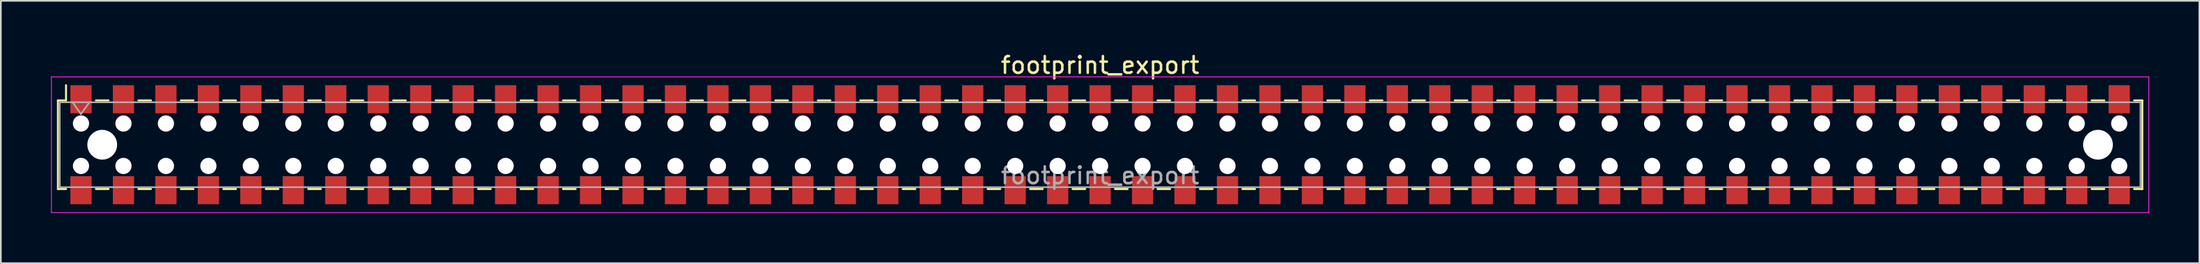
<source format=kicad_pcb>
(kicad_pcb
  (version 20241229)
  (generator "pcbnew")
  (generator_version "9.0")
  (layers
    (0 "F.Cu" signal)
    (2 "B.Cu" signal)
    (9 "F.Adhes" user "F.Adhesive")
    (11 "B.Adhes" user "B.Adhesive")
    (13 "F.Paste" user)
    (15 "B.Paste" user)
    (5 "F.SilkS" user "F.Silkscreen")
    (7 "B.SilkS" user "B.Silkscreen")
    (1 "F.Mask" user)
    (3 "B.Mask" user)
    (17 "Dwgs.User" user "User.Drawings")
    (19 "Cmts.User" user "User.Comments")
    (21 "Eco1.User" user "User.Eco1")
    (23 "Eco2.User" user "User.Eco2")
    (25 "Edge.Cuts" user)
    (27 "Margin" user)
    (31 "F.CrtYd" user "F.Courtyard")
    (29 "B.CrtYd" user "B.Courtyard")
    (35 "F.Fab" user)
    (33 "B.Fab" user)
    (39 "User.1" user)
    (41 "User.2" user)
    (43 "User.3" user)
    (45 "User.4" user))
  (footprint "footprint_export"
    (layer "F.Cu")
    (at 62.755 5.608)
    (property "Reference" "footprint_export" (at 0 -4.76 0) (layer "F.SilkS") (effects (font (size 1 1) (thickness 0.15))))
    (attr smd)
    (fp_line (start -62.34 -2.65) (end -62.34 2.65) (stroke (width 0.12) (type solid)) (layer "F.SilkS"))
    (fp_line (start -62.34 2.65) (end -61.855 2.65) (stroke (width 0.12) (type solid)) (layer "F.SilkS"))
    (fp_line (start -61.855 -3.56) (end -61.855 -2.65) (stroke (width 0.12) (type solid)) (layer "F.SilkS"))
    (fp_line (start -61.855 -2.65) (end -62.34 -2.65) (stroke (width 0.12) (type solid)) (layer "F.SilkS"))
    (fp_line (start -60.065 -2.65) (end -59.315 -2.65) (stroke (width 0.12) (type solid)) (layer "F.SilkS"))
    (fp_line (start -60.065 2.65) (end -59.315 2.65) (stroke (width 0.12) (type solid)) (layer "F.SilkS"))
    (fp_line (start -57.525 -2.65) (end -56.775 -2.65) (stroke (width 0.12) (type solid)) (layer "F.SilkS"))
    (fp_line (start -57.525 2.65) (end -56.775 2.65) (stroke (width 0.12) (type solid)) (layer "F.SilkS"))
    (fp_line (start -54.985 -2.65) (end -54.235 -2.65) (stroke (width 0.12) (type solid)) (layer "F.SilkS"))
    (fp_line (start -54.985 2.65) (end -54.235 2.65) (stroke (width 0.12) (type solid)) (layer "F.SilkS"))
    (fp_line (start -52.445 -2.65) (end -51.695 -2.65) (stroke (width 0.12) (type solid)) (layer "F.SilkS"))
    (fp_line (start -52.445 2.65) (end -51.695 2.65) (stroke (width 0.12) (type solid)) (layer "F.SilkS"))
    (fp_line (start -49.905 -2.65) (end -49.155 -2.65) (stroke (width 0.12) (type solid)) (layer "F.SilkS"))
    (fp_line (start -49.905 2.65) (end -49.155 2.65) (stroke (width 0.12) (type solid)) (layer "F.SilkS"))
    (fp_line (start -47.365 -2.65) (end -46.615 -2.65) (stroke (width 0.12) (type solid)) (layer "F.SilkS"))
    (fp_line (start -47.365 2.65) (end -46.615 2.65) (stroke (width 0.12) (type solid)) (layer "F.SilkS"))
    (fp_line (start -44.825 -2.65) (end -44.075 -2.65) (stroke (width 0.12) (type solid)) (layer "F.SilkS"))
    (fp_line (start -44.825 2.65) (end -44.075 2.65) (stroke (width 0.12) (type solid)) (layer "F.SilkS"))
    (fp_line (start -42.285 -2.65) (end -41.535 -2.65) (stroke (width 0.12) (type solid)) (layer "F.SilkS"))
    (fp_line (start -42.285 2.65) (end -41.535 2.65) (stroke (width 0.12) (type solid)) (layer "F.SilkS"))
    (fp_line (start -39.745 -2.65) (end -38.995 -2.65) (stroke (width 0.12) (type solid)) (layer "F.SilkS"))
    (fp_line (start -39.745 2.65) (end -38.995 2.65) (stroke (width 0.12) (type solid)) (layer "F.SilkS"))
    (fp_line (start -37.205 -2.65) (end -36.455 -2.65) (stroke (width 0.12) (type solid)) (layer "F.SilkS"))
    (fp_line (start -37.205 2.65) (end -36.455 2.65) (stroke (width 0.12) (type solid)) (layer "F.SilkS"))
    (fp_line (start -34.665 -2.65) (end -33.915 -2.65) (stroke (width 0.12) (type solid)) (layer "F.SilkS"))
    (fp_line (start -34.665 2.65) (end -33.915 2.65) (stroke (width 0.12) (type solid)) (layer "F.SilkS"))
    (fp_line (start -32.125 -2.65) (end -31.375 -2.65) (stroke (width 0.12) (type solid)) (layer "F.SilkS"))
    (fp_line (start -32.125 2.65) (end -31.375 2.65) (stroke (width 0.12) (type solid)) (layer "F.SilkS"))
    (fp_line (start -29.585 -2.65) (end -28.835 -2.65) (stroke (width 0.12) (type solid)) (layer "F.SilkS"))
    (fp_line (start -29.585 2.65) (end -28.835 2.65) (stroke (width 0.12) (type solid)) (layer "F.SilkS"))
    (fp_line (start -27.045 -2.65) (end -26.295 -2.65) (stroke (width 0.12) (type solid)) (layer "F.SilkS"))
    (fp_line (start -27.045 2.65) (end -26.295 2.65) (stroke (width 0.12) (type solid)) (layer "F.SilkS"))
    (fp_line (start -24.505 -2.65) (end -23.755 -2.65) (stroke (width 0.12) (type solid)) (layer "F.SilkS"))
    (fp_line (start -24.505 2.65) (end -23.755 2.65) (stroke (width 0.12) (type solid)) (layer "F.SilkS"))
    (fp_line (start -21.965 -2.65) (end -21.215 -2.65) (stroke (width 0.12) (type solid)) (layer "F.SilkS"))
    (fp_line (start -21.965 2.65) (end -21.215 2.65) (stroke (width 0.12) (type solid)) (layer "F.SilkS"))
    (fp_line (start -19.425 -2.65) (end -18.675 -2.65) (stroke (width 0.12) (type solid)) (layer "F.SilkS"))
    (fp_line (start -19.425 2.65) (end -18.675 2.65) (stroke (width 0.12) (type solid)) (layer "F.SilkS"))
    (fp_line (start -16.885 -2.65) (end -16.135 -2.65) (stroke (width 0.12) (type solid)) (layer "F.SilkS"))
    (fp_line (start -16.885 2.65) (end -16.135 2.65) (stroke (width 0.12) (type solid)) (layer "F.SilkS"))
    (fp_line (start -14.345 -2.65) (end -13.595 -2.65) (stroke (width 0.12) (type solid)) (layer "F.SilkS"))
    (fp_line (start -14.345 2.65) (end -13.595 2.65) (stroke (width 0.12) (type solid)) (layer "F.SilkS"))
    (fp_line (start -11.805 -2.65) (end -11.055 -2.65) (stroke (width 0.12) (type solid)) (layer "F.SilkS"))
    (fp_line (start -11.805 2.65) (end -11.055 2.65) (stroke (width 0.12) (type solid)) (layer "F.SilkS"))
    (fp_line (start -9.265 -2.65) (end -8.515 -2.65) (stroke (width 0.12) (type solid)) (layer "F.SilkS"))
    (fp_line (start -9.265 2.65) (end -8.515 2.65) (stroke (width 0.12) (type solid)) (layer "F.SilkS"))
    (fp_line (start -6.725 -2.65) (end -5.975 -2.65) (stroke (width 0.12) (type solid)) (layer "F.SilkS"))
    (fp_line (start -6.725 2.65) (end -5.975 2.65) (stroke (width 0.12) (type solid)) (layer "F.SilkS"))
    (fp_line (start -4.185 -2.65) (end -3.435 -2.65) (stroke (width 0.12) (type solid)) (layer "F.SilkS"))
    (fp_line (start -4.185 2.65) (end -3.435 2.65) (stroke (width 0.12) (type solid)) (layer "F.SilkS"))
    (fp_line (start -1.645 -2.65) (end -0.895 -2.65) (stroke (width 0.12) (type solid)) (layer "F.SilkS"))
    (fp_line (start -1.645 2.65) (end -0.895 2.65) (stroke (width 0.12) (type solid)) (layer "F.SilkS"))
    (fp_line (start 0.895 -2.65) (end 1.645 -2.65) (stroke (width 0.12) (type solid)) (layer "F.SilkS"))
    (fp_line (start 0.895 2.65) (end 1.645 2.65) (stroke (width 0.12) (type solid)) (layer "F.SilkS"))
    (fp_line (start 3.435 -2.65) (end 4.185 -2.65) (stroke (width 0.12) (type solid)) (layer "F.SilkS"))
    (fp_line (start 3.435 2.65) (end 4.185 2.65) (stroke (width 0.12) (type solid)) (layer "F.SilkS"))
    (fp_line (start 5.975 -2.65) (end 6.725 -2.65) (stroke (width 0.12) (type solid)) (layer "F.SilkS"))
    (fp_line (start 5.975 2.65) (end 6.725 2.65) (stroke (width 0.12) (type solid)) (layer "F.SilkS"))
    (fp_line (start 8.515 -2.65) (end 9.265 -2.65) (stroke (width 0.12) (type solid)) (layer "F.SilkS"))
    (fp_line (start 8.515 2.65) (end 9.265 2.65) (stroke (width 0.12) (type solid)) (layer "F.SilkS"))
    (fp_line (start 11.055 -2.65) (end 11.805 -2.65) (stroke (width 0.12) (type solid)) (layer "F.SilkS"))
    (fp_line (start 11.055 2.65) (end 11.805 2.65) (stroke (width 0.12) (type solid)) (layer "F.SilkS"))
    (fp_line (start 13.595 -2.65) (end 14.345 -2.65) (stroke (width 0.12) (type solid)) (layer "F.SilkS"))
    (fp_line (start 13.595 2.65) (end 14.345 2.65) (stroke (width 0.12) (type solid)) (layer "F.SilkS"))
    (fp_line (start 16.135 -2.65) (end 16.885 -2.65) (stroke (width 0.12) (type solid)) (layer "F.SilkS"))
    (fp_line (start 16.135 2.65) (end 16.885 2.65) (stroke (width 0.12) (type solid)) (layer "F.SilkS"))
    (fp_line (start 18.675 -2.65) (end 19.425 -2.65) (stroke (width 0.12) (type solid)) (layer "F.SilkS"))
    (fp_line (start 18.675 2.65) (end 19.425 2.65) (stroke (width 0.12) (type solid)) (layer "F.SilkS"))
    (fp_line (start 21.215 -2.65) (end 21.965 -2.65) (stroke (width 0.12) (type solid)) (layer "F.SilkS"))
    (fp_line (start 21.215 2.65) (end 21.965 2.65) (stroke (width 0.12) (type solid)) (layer "F.SilkS"))
    (fp_line (start 23.755 -2.65) (end 24.505 -2.65) (stroke (width 0.12) (type solid)) (layer "F.SilkS"))
    (fp_line (start 23.755 2.65) (end 24.505 2.65) (stroke (width 0.12) (type solid)) (layer "F.SilkS"))
    (fp_line (start 26.295 -2.65) (end 27.045 -2.65) (stroke (width 0.12) (type solid)) (layer "F.SilkS"))
    (fp_line (start 26.295 2.65) (end 27.045 2.65) (stroke (width 0.12) (type solid)) (layer "F.SilkS"))
    (fp_line (start 28.835 -2.65) (end 29.585 -2.65) (stroke (width 0.12) (type solid)) (layer "F.SilkS"))
    (fp_line (start 28.835 2.65) (end 29.585 2.65) (stroke (width 0.12) (type solid)) (layer "F.SilkS"))
    (fp_line (start 31.375 -2.65) (end 32.125 -2.65) (stroke (width 0.12) (type solid)) (layer "F.SilkS"))
    (fp_line (start 31.375 2.65) (end 32.125 2.65) (stroke (width 0.12) (type solid)) (layer "F.SilkS"))
    (fp_line (start 33.915 -2.65) (end 34.665 -2.65) (stroke (width 0.12) (type solid)) (layer "F.SilkS"))
    (fp_line (start 33.915 2.65) (end 34.665 2.65) (stroke (width 0.12) (type solid)) (layer "F.SilkS"))
    (fp_line (start 36.455 -2.65) (end 37.205 -2.65) (stroke (width 0.12) (type solid)) (layer "F.SilkS"))
    (fp_line (start 36.455 2.65) (end 37.205 2.65) (stroke (width 0.12) (type solid)) (layer "F.SilkS"))
    (fp_line (start 38.995 -2.65) (end 39.745 -2.65) (stroke (width 0.12) (type solid)) (layer "F.SilkS"))
    (fp_line (start 38.995 2.65) (end 39.745 2.65) (stroke (width 0.12) (type solid)) (layer "F.SilkS"))
    (fp_line (start 41.535 -2.65) (end 42.285 -2.65) (stroke (width 0.12) (type solid)) (layer "F.SilkS"))
    (fp_line (start 41.535 2.65) (end 42.285 2.65) (stroke (width 0.12) (type solid)) (layer "F.SilkS"))
    (fp_line (start 44.075 -2.65) (end 44.825 -2.65) (stroke (width 0.12) (type solid)) (layer "F.SilkS"))
    (fp_line (start 44.075 2.65) (end 44.825 2.65) (stroke (width 0.12) (type solid)) (layer "F.SilkS"))
    (fp_line (start 46.615 -2.65) (end 47.365 -2.65) (stroke (width 0.12) (type solid)) (layer "F.SilkS"))
    (fp_line (start 46.615 2.65) (end 47.365 2.65) (stroke (width 0.12) (type solid)) (layer "F.SilkS"))
    (fp_line (start 49.155 -2.65) (end 49.905 -2.65) (stroke (width 0.12) (type solid)) (layer "F.SilkS"))
    (fp_line (start 49.155 2.65) (end 49.905 2.65) (stroke (width 0.12) (type solid)) (layer "F.SilkS"))
    (fp_line (start 51.695 -2.65) (end 52.445 -2.65) (stroke (width 0.12) (type solid)) (layer "F.SilkS"))
    (fp_line (start 51.695 2.65) (end 52.445 2.65) (stroke (width 0.12) (type solid)) (layer "F.SilkS"))
    (fp_line (start 54.235 -2.65) (end 54.985 -2.65) (stroke (width 0.12) (type solid)) (layer "F.SilkS"))
    (fp_line (start 54.235 2.65) (end 54.985 2.65) (stroke (width 0.12) (type solid)) (layer "F.SilkS"))
    (fp_line (start 56.775 -2.65) (end 57.525 -2.65) (stroke (width 0.12) (type solid)) (layer "F.SilkS"))
    (fp_line (start 56.775 2.65) (end 57.525 2.65) (stroke (width 0.12) (type solid)) (layer "F.SilkS"))
    (fp_line (start 59.315 -2.65) (end 60.065 -2.65) (stroke (width 0.12) (type solid)) (layer "F.SilkS"))
    (fp_line (start 59.315 2.65) (end 60.065 2.65) (stroke (width 0.12) (type solid)) (layer "F.SilkS"))
    (fp_line (start 61.855 -2.65) (end 62.34 -2.65) (stroke (width 0.12) (type solid)) (layer "F.SilkS"))
    (fp_line (start 62.34 -2.65) (end 62.34 2.65) (stroke (width 0.12) (type solid)) (layer "F.SilkS"))
    (fp_line (start 62.34 2.65) (end 61.855 2.65) (stroke (width 0.12) (type solid)) (layer "F.SilkS"))
    (fp_line (start -62.73 -4.06) (end 62.73 -4.06) (stroke (width 0.05) (type solid)) (layer "F.CrtYd"))
    (fp_line (start -62.73 4.06) (end -62.73 -4.06) (stroke (width 0.05) (type solid)) (layer "F.CrtYd"))
    (fp_line (start 62.73 -4.06) (end 62.73 4.06) (stroke (width 0.05) (type solid)) (layer "F.CrtYd"))
    (fp_line (start 62.73 4.06) (end -62.73 4.06) (stroke (width 0.05) (type solid)) (layer "F.CrtYd"))
    (fp_line (start -62.23 -2.54) (end 62.23 -2.54) (stroke (width 0.1) (type solid)) (layer "F.Fab"))
    (fp_line (start -62.23 2.54) (end -62.23 -2.54) (stroke (width 0.1) (type solid)) (layer "F.Fab"))
    (fp_line (start -61.46 -2.54) (end -60.96 -1.833) (stroke (width 0.1) (type solid)) (layer "F.Fab"))
    (fp_line (start -60.96 -1.833) (end -60.46 -2.54) (stroke (width 0.1) (type solid)) (layer "F.Fab"))
    (fp_line (start 62.23 -2.54) (end 62.23 2.54) (stroke (width 0.1) (type solid)) (layer "F.Fab"))
    (fp_line (start 62.23 2.54) (end -62.23 2.54) (stroke (width 0.1) (type solid)) (layer "F.Fab"))
    (fp_text user "${REFERENCE}" (at 0 1.84 0) (layer "F.Fab") (effects (font (size 1 1) (thickness 0.15))))
    (pad "" np_thru_hole circle (at -60.96 -1.27) (size 0.97 0.97) (drill 0.97) (layers "*.Cu" "*.Mask"))
    (pad "" np_thru_hole circle (at -60.96 1.27) (size 0.97 0.97) (drill 0.97) (layers "*.Cu" "*.Mask"))
    (pad "" np_thru_hole circle (at -59.69 0) (size 1.78 1.78) (drill 1.78) (layers "*.Cu" "*.Mask"))
    (pad "" np_thru_hole circle (at -58.42 -1.27) (size 0.97 0.97) (drill 0.97) (layers "*.Cu" "*.Mask"))
    (pad "" np_thru_hole circle (at -58.42 1.27) (size 0.97 0.97) (drill 0.97) (layers "*.Cu" "*.Mask"))
    (pad "" np_thru_hole circle (at -55.88 -1.27) (size 0.97 0.97) (drill 0.97) (layers "*.Cu" "*.Mask"))
    (pad "" np_thru_hole circle (at -55.88 1.27) (size 0.97 0.97) (drill 0.97) (layers "*.Cu" "*.Mask"))
    (pad "" np_thru_hole circle (at -53.34 -1.27) (size 0.97 0.97) (drill 0.97) (layers "*.Cu" "*.Mask"))
    (pad "" np_thru_hole circle (at -53.34 1.27) (size 0.97 0.97) (drill 0.97) (layers "*.Cu" "*.Mask"))
    (pad "" np_thru_hole circle (at -50.8 -1.27) (size 0.97 0.97) (drill 0.97) (layers "*.Cu" "*.Mask"))
    (pad "" np_thru_hole circle (at -50.8 1.27) (size 0.97 0.97) (drill 0.97) (layers "*.Cu" "*.Mask"))
    (pad "" np_thru_hole circle (at -48.26 -1.27) (size 0.97 0.97) (drill 0.97) (layers "*.Cu" "*.Mask"))
    (pad "" np_thru_hole circle (at -48.26 1.27) (size 0.97 0.97) (drill 0.97) (layers "*.Cu" "*.Mask"))
    (pad "" np_thru_hole circle (at -45.72 -1.27) (size 0.97 0.97) (drill 0.97) (layers "*.Cu" "*.Mask"))
    (pad "" np_thru_hole circle (at -45.72 1.27) (size 0.97 0.97) (drill 0.97) (layers "*.Cu" "*.Mask"))
    (pad "" np_thru_hole circle (at -43.18 -1.27) (size 0.97 0.97) (drill 0.97) (layers "*.Cu" "*.Mask"))
    (pad "" np_thru_hole circle (at -43.18 1.27) (size 0.97 0.97) (drill 0.97) (layers "*.Cu" "*.Mask"))
    (pad "" np_thru_hole circle (at -40.64 -1.27) (size 0.97 0.97) (drill 0.97) (layers "*.Cu" "*.Mask"))
    (pad "" np_thru_hole circle (at -40.64 1.27) (size 0.97 0.97) (drill 0.97) (layers "*.Cu" "*.Mask"))
    (pad "" np_thru_hole circle (at -38.1 -1.27) (size 0.97 0.97) (drill 0.97) (layers "*.Cu" "*.Mask"))
    (pad "" np_thru_hole circle (at -38.1 1.27) (size 0.97 0.97) (drill 0.97) (layers "*.Cu" "*.Mask"))
    (pad "" np_thru_hole circle (at -35.56 -1.27) (size 0.97 0.97) (drill 0.97) (layers "*.Cu" "*.Mask"))
    (pad "" np_thru_hole circle (at -35.56 1.27) (size 0.97 0.97) (drill 0.97) (layers "*.Cu" "*.Mask"))
    (pad "" np_thru_hole circle (at -33.02 -1.27) (size 0.97 0.97) (drill 0.97) (layers "*.Cu" "*.Mask"))
    (pad "" np_thru_hole circle (at -33.02 1.27) (size 0.97 0.97) (drill 0.97) (layers "*.Cu" "*.Mask"))
    (pad "" np_thru_hole circle (at -30.48 -1.27) (size 0.97 0.97) (drill 0.97) (layers "*.Cu" "*.Mask"))
    (pad "" np_thru_hole circle (at -30.48 1.27) (size 0.97 0.97) (drill 0.97) (layers "*.Cu" "*.Mask"))
    (pad "" np_thru_hole circle (at -27.94 -1.27) (size 0.97 0.97) (drill 0.97) (layers "*.Cu" "*.Mask"))
    (pad "" np_thru_hole circle (at -27.94 1.27) (size 0.97 0.97) (drill 0.97) (layers "*.Cu" "*.Mask"))
    (pad "" np_thru_hole circle (at -25.4 -1.27) (size 0.97 0.97) (drill 0.97) (layers "*.Cu" "*.Mask"))
    (pad "" np_thru_hole circle (at -25.4 1.27) (size 0.97 0.97) (drill 0.97) (layers "*.Cu" "*.Mask"))
    (pad "" np_thru_hole circle (at -22.86 -1.27) (size 0.97 0.97) (drill 0.97) (layers "*.Cu" "*.Mask"))
    (pad "" np_thru_hole circle (at -22.86 1.27) (size 0.97 0.97) (drill 0.97) (layers "*.Cu" "*.Mask"))
    (pad "" np_thru_hole circle (at -20.32 -1.27) (size 0.97 0.97) (drill 0.97) (layers "*.Cu" "*.Mask"))
    (pad "" np_thru_hole circle (at -20.32 1.27) (size 0.97 0.97) (drill 0.97) (layers "*.Cu" "*.Mask"))
    (pad "" np_thru_hole circle (at -17.78 -1.27) (size 0.97 0.97) (drill 0.97) (layers "*.Cu" "*.Mask"))
    (pad "" np_thru_hole circle (at -17.78 1.27) (size 0.97 0.97) (drill 0.97) (layers "*.Cu" "*.Mask"))
    (pad "" np_thru_hole circle (at -15.24 -1.27) (size 0.97 0.97) (drill 0.97) (layers "*.Cu" "*.Mask"))
    (pad "" np_thru_hole circle (at -15.24 1.27) (size 0.97 0.97) (drill 0.97) (layers "*.Cu" "*.Mask"))
    (pad "" np_thru_hole circle (at -12.7 -1.27) (size 0.97 0.97) (drill 0.97) (layers "*.Cu" "*.Mask"))
    (pad "" np_thru_hole circle (at -12.7 1.27) (size 0.97 0.97) (drill 0.97) (layers "*.Cu" "*.Mask"))
    (pad "" np_thru_hole circle (at -10.16 -1.27) (size 0.97 0.97) (drill 0.97) (layers "*.Cu" "*.Mask"))
    (pad "" np_thru_hole circle (at -10.16 1.27) (size 0.97 0.97) (drill 0.97) (layers "*.Cu" "*.Mask"))
    (pad "" np_thru_hole circle (at -7.62 -1.27) (size 0.97 0.97) (drill 0.97) (layers "*.Cu" "*.Mask"))
    (pad "" np_thru_hole circle (at -7.62 1.27) (size 0.97 0.97) (drill 0.97) (layers "*.Cu" "*.Mask"))
    (pad "" np_thru_hole circle (at -5.08 -1.27) (size 0.97 0.97) (drill 0.97) (layers "*.Cu" "*.Mask"))
    (pad "" np_thru_hole circle (at -5.08 1.27) (size 0.97 0.97) (drill 0.97) (layers "*.Cu" "*.Mask"))
    (pad "" np_thru_hole circle (at -2.54 -1.27) (size 0.97 0.97) (drill 0.97) (layers "*.Cu" "*.Mask"))
    (pad "" np_thru_hole circle (at -2.54 1.27) (size 0.97 0.97) (drill 0.97) (layers "*.Cu" "*.Mask"))
    (pad "" np_thru_hole circle (at 0 -1.27) (size 0.97 0.97) (drill 0.97) (layers "*.Cu" "*.Mask"))
    (pad "" np_thru_hole circle (at 0 1.27) (size 0.97 0.97) (drill 0.97) (layers "*.Cu" "*.Mask"))
    (pad "" np_thru_hole circle (at 2.54 -1.27) (size 0.97 0.97) (drill 0.97) (layers "*.Cu" "*.Mask"))
    (pad "" np_thru_hole circle (at 2.54 1.27) (size 0.97 0.97) (drill 0.97) (layers "*.Cu" "*.Mask"))
    (pad "" np_thru_hole circle (at 5.08 -1.27) (size 0.97 0.97) (drill 0.97) (layers "*.Cu" "*.Mask"))
    (pad "" np_thru_hole circle (at 5.08 1.27) (size 0.97 0.97) (drill 0.97) (layers "*.Cu" "*.Mask"))
    (pad "" np_thru_hole circle (at 7.62 -1.27) (size 0.97 0.97) (drill 0.97) (layers "*.Cu" "*.Mask"))
    (pad "" np_thru_hole circle (at 7.62 1.27) (size 0.97 0.97) (drill 0.97) (layers "*.Cu" "*.Mask"))
    (pad "" np_thru_hole circle (at 10.16 -1.27) (size 0.97 0.97) (drill 0.97) (layers "*.Cu" "*.Mask"))
    (pad "" np_thru_hole circle (at 10.16 1.27) (size 0.97 0.97) (drill 0.97) (layers "*.Cu" "*.Mask"))
    (pad "" np_thru_hole circle (at 12.7 -1.27) (size 0.97 0.97) (drill 0.97) (layers "*.Cu" "*.Mask"))
    (pad "" np_thru_hole circle (at 12.7 1.27) (size 0.97 0.97) (drill 0.97) (layers "*.Cu" "*.Mask"))
    (pad "" np_thru_hole circle (at 15.24 -1.27) (size 0.97 0.97) (drill 0.97) (layers "*.Cu" "*.Mask"))
    (pad "" np_thru_hole circle (at 15.24 1.27) (size 0.97 0.97) (drill 0.97) (layers "*.Cu" "*.Mask"))
    (pad "" np_thru_hole circle (at 17.78 -1.27) (size 0.97 0.97) (drill 0.97) (layers "*.Cu" "*.Mask"))
    (pad "" np_thru_hole circle (at 17.78 1.27) (size 0.97 0.97) (drill 0.97) (layers "*.Cu" "*.Mask"))
    (pad "" np_thru_hole circle (at 20.32 -1.27) (size 0.97 0.97) (drill 0.97) (layers "*.Cu" "*.Mask"))
    (pad "" np_thru_hole circle (at 20.32 1.27) (size 0.97 0.97) (drill 0.97) (layers "*.Cu" "*.Mask"))
    (pad "" np_thru_hole circle (at 22.86 -1.27) (size 0.97 0.97) (drill 0.97) (layers "*.Cu" "*.Mask"))
    (pad "" np_thru_hole circle (at 22.86 1.27) (size 0.97 0.97) (drill 0.97) (layers "*.Cu" "*.Mask"))
    (pad "" np_thru_hole circle (at 25.4 -1.27) (size 0.97 0.97) (drill 0.97) (layers "*.Cu" "*.Mask"))
    (pad "" np_thru_hole circle (at 25.4 1.27) (size 0.97 0.97) (drill 0.97) (layers "*.Cu" "*.Mask"))
    (pad "" np_thru_hole circle (at 27.94 -1.27) (size 0.97 0.97) (drill 0.97) (layers "*.Cu" "*.Mask"))
    (pad "" np_thru_hole circle (at 27.94 1.27) (size 0.97 0.97) (drill 0.97) (layers "*.Cu" "*.Mask"))
    (pad "" np_thru_hole circle (at 30.48 -1.27) (size 0.97 0.97) (drill 0.97) (layers "*.Cu" "*.Mask"))
    (pad "" np_thru_hole circle (at 30.48 1.27) (size 0.97 0.97) (drill 0.97) (layers "*.Cu" "*.Mask"))
    (pad "" np_thru_hole circle (at 33.02 -1.27) (size 0.97 0.97) (drill 0.97) (layers "*.Cu" "*.Mask"))
    (pad "" np_thru_hole circle (at 33.02 1.27) (size 0.97 0.97) (drill 0.97) (layers "*.Cu" "*.Mask"))
    (pad "" np_thru_hole circle (at 35.56 -1.27) (size 0.97 0.97) (drill 0.97) (layers "*.Cu" "*.Mask"))
    (pad "" np_thru_hole circle (at 35.56 1.27) (size 0.97 0.97) (drill 0.97) (layers "*.Cu" "*.Mask"))
    (pad "" np_thru_hole circle (at 38.1 -1.27) (size 0.97 0.97) (drill 0.97) (layers "*.Cu" "*.Mask"))
    (pad "" np_thru_hole circle (at 38.1 1.27) (size 0.97 0.97) (drill 0.97) (layers "*.Cu" "*.Mask"))
    (pad "" np_thru_hole circle (at 40.64 -1.27) (size 0.97 0.97) (drill 0.97) (layers "*.Cu" "*.Mask"))
    (pad "" np_thru_hole circle (at 40.64 1.27) (size 0.97 0.97) (drill 0.97) (layers "*.Cu" "*.Mask"))
    (pad "" np_thru_hole circle (at 43.18 -1.27) (size 0.97 0.97) (drill 0.97) (layers "*.Cu" "*.Mask"))
    (pad "" np_thru_hole circle (at 43.18 1.27) (size 0.97 0.97) (drill 0.97) (layers "*.Cu" "*.Mask"))
    (pad "" np_thru_hole circle (at 45.72 -1.27) (size 0.97 0.97) (drill 0.97) (layers "*.Cu" "*.Mask"))
    (pad "" np_thru_hole circle (at 45.72 1.27) (size 0.97 0.97) (drill 0.97) (layers "*.Cu" "*.Mask"))
    (pad "" np_thru_hole circle (at 48.26 -1.27) (size 0.97 0.97) (drill 0.97) (layers "*.Cu" "*.Mask"))
    (pad "" np_thru_hole circle (at 48.26 1.27) (size 0.97 0.97) (drill 0.97) (layers "*.Cu" "*.Mask"))
    (pad "" np_thru_hole circle (at 50.8 -1.27) (size 0.97 0.97) (drill 0.97) (layers "*.Cu" "*.Mask"))
    (pad "" np_thru_hole circle (at 50.8 1.27) (size 0.97 0.97) (drill 0.97) (layers "*.Cu" "*.Mask"))
    (pad "" np_thru_hole circle (at 53.34 -1.27) (size 0.97 0.97) (drill 0.97) (layers "*.Cu" "*.Mask"))
    (pad "" np_thru_hole circle (at 53.34 1.27) (size 0.97 0.97) (drill 0.97) (layers "*.Cu" "*.Mask"))
    (pad "" np_thru_hole circle (at 55.88 -1.27) (size 0.97 0.97) (drill 0.97) (layers "*.Cu" "*.Mask"))
    (pad "" np_thru_hole circle (at 55.88 1.27) (size 0.97 0.97) (drill 0.97) (layers "*.Cu" "*.Mask"))
    (pad "" np_thru_hole circle (at 58.42 -1.27) (size 0.97 0.97) (drill 0.97) (layers "*.Cu" "*.Mask"))
    (pad "" np_thru_hole circle (at 58.42 1.27) (size 0.97 0.97) (drill 0.97) (layers "*.Cu" "*.Mask"))
    (pad "" np_thru_hole circle (at 59.69 0) (size 1.78 1.78) (drill 1.78) (layers "*.Cu" "*.Mask"))
    (pad "" np_thru_hole circle (at 60.96 -1.27) (size 0.97 0.97) (drill 0.97) (layers "*.Cu" "*.Mask"))
    (pad "" np_thru_hole circle (at 60.96 1.27) (size 0.97 0.97) (drill 0.97) (layers "*.Cu" "*.Mask"))
    (pad "1" smd rect (at -60.96 -2.72) (size 1.27 1.68) (layers "F.Cu" "F.Mask" "F.Paste"))
    (pad "2" smd rect (at -60.96 2.72) (size 1.27 1.68) (layers "F.Cu" "F.Mask" "F.Paste"))
    (pad "3" smd rect (at -58.42 -2.72) (size 1.27 1.68) (layers "F.Cu" "F.Mask" "F.Paste"))
    (pad "4" smd rect (at -58.42 2.72) (size 1.27 1.68) (layers "F.Cu" "F.Mask" "F.Paste"))
    (pad "5" smd rect (at -55.88 -2.72) (size 1.27 1.68) (layers "F.Cu" "F.Mask" "F.Paste"))
    (pad "6" smd rect (at -55.88 2.72) (size 1.27 1.68) (layers "F.Cu" "F.Mask" "F.Paste"))
    (pad "7" smd rect (at -53.34 -2.72) (size 1.27 1.68) (layers "F.Cu" "F.Mask" "F.Paste"))
    (pad "8" smd rect (at -53.34 2.72) (size 1.27 1.68) (layers "F.Cu" "F.Mask" "F.Paste"))
    (pad "9" smd rect (at -50.8 -2.72) (size 1.27 1.68) (layers "F.Cu" "F.Mask" "F.Paste"))
    (pad "10" smd rect (at -50.8 2.72) (size 1.27 1.68) (layers "F.Cu" "F.Mask" "F.Paste"))
    (pad "11" smd rect (at -48.26 -2.72) (size 1.27 1.68) (layers "F.Cu" "F.Mask" "F.Paste"))
    (pad "12" smd rect (at -48.26 2.72) (size 1.27 1.68) (layers "F.Cu" "F.Mask" "F.Paste"))
    (pad "13" smd rect (at -45.72 -2.72) (size 1.27 1.68) (layers "F.Cu" "F.Mask" "F.Paste"))
    (pad "14" smd rect (at -45.72 2.72) (size 1.27 1.68) (layers "F.Cu" "F.Mask" "F.Paste"))
    (pad "15" smd rect (at -43.18 -2.72) (size 1.27 1.68) (layers "F.Cu" "F.Mask" "F.Paste"))
    (pad "16" smd rect (at -43.18 2.72) (size 1.27 1.68) (layers "F.Cu" "F.Mask" "F.Paste"))
    (pad "17" smd rect (at -40.64 -2.72) (size 1.27 1.68) (layers "F.Cu" "F.Mask" "F.Paste"))
    (pad "18" smd rect (at -40.64 2.72) (size 1.27 1.68) (layers "F.Cu" "F.Mask" "F.Paste"))
    (pad "19" smd rect (at -38.1 -2.72) (size 1.27 1.68) (layers "F.Cu" "F.Mask" "F.Paste"))
    (pad "20" smd rect (at -38.1 2.72) (size 1.27 1.68) (layers "F.Cu" "F.Mask" "F.Paste"))
    (pad "21" smd rect (at -35.56 -2.72) (size 1.27 1.68) (layers "F.Cu" "F.Mask" "F.Paste"))
    (pad "22" smd rect (at -35.56 2.72) (size 1.27 1.68) (layers "F.Cu" "F.Mask" "F.Paste"))
    (pad "23" smd rect (at -33.02 -2.72) (size 1.27 1.68) (layers "F.Cu" "F.Mask" "F.Paste"))
    (pad "24" smd rect (at -33.02 2.72) (size 1.27 1.68) (layers "F.Cu" "F.Mask" "F.Paste"))
    (pad "25" smd rect (at -30.48 -2.72) (size 1.27 1.68) (layers "F.Cu" "F.Mask" "F.Paste"))
    (pad "26" smd rect (at -30.48 2.72) (size 1.27 1.68) (layers "F.Cu" "F.Mask" "F.Paste"))
    (pad "27" smd rect (at -27.94 -2.72) (size 1.27 1.68) (layers "F.Cu" "F.Mask" "F.Paste"))
    (pad "28" smd rect (at -27.94 2.72) (size 1.27 1.68) (layers "F.Cu" "F.Mask" "F.Paste"))
    (pad "29" smd rect (at -25.4 -2.72) (size 1.27 1.68) (layers "F.Cu" "F.Mask" "F.Paste"))
    (pad "30" smd rect (at -25.4 2.72) (size 1.27 1.68) (layers "F.Cu" "F.Mask" "F.Paste"))
    (pad "31" smd rect (at -22.86 -2.72) (size 1.27 1.68) (layers "F.Cu" "F.Mask" "F.Paste"))
    (pad "32" smd rect (at -22.86 2.72) (size 1.27 1.68) (layers "F.Cu" "F.Mask" "F.Paste"))
    (pad "33" smd rect (at -20.32 -2.72) (size 1.27 1.68) (layers "F.Cu" "F.Mask" "F.Paste"))
    (pad "34" smd rect (at -20.32 2.72) (size 1.27 1.68) (layers "F.Cu" "F.Mask" "F.Paste"))
    (pad "35" smd rect (at -17.78 -2.72) (size 1.27 1.68) (layers "F.Cu" "F.Mask" "F.Paste"))
    (pad "36" smd rect (at -17.78 2.72) (size 1.27 1.68) (layers "F.Cu" "F.Mask" "F.Paste"))
    (pad "37" smd rect (at -15.24 -2.72) (size 1.27 1.68) (layers "F.Cu" "F.Mask" "F.Paste"))
    (pad "38" smd rect (at -15.24 2.72) (size 1.27 1.68) (layers "F.Cu" "F.Mask" "F.Paste"))
    (pad "39" smd rect (at -12.7 -2.72) (size 1.27 1.68) (layers "F.Cu" "F.Mask" "F.Paste"))
    (pad "40" smd rect (at -12.7 2.72) (size 1.27 1.68) (layers "F.Cu" "F.Mask" "F.Paste"))
    (pad "41" smd rect (at -10.16 -2.72) (size 1.27 1.68) (layers "F.Cu" "F.Mask" "F.Paste"))
    (pad "42" smd rect (at -10.16 2.72) (size 1.27 1.68) (layers "F.Cu" "F.Mask" "F.Paste"))
    (pad "43" smd rect (at -7.62 -2.72) (size 1.27 1.68) (layers "F.Cu" "F.Mask" "F.Paste"))
    (pad "44" smd rect (at -7.62 2.72) (size 1.27 1.68) (layers "F.Cu" "F.Mask" "F.Paste"))
    (pad "45" smd rect (at -5.08 -2.72) (size 1.27 1.68) (layers "F.Cu" "F.Mask" "F.Paste"))
    (pad "46" smd rect (at -5.08 2.72) (size 1.27 1.68) (layers "F.Cu" "F.Mask" "F.Paste"))
    (pad "47" smd rect (at -2.54 -2.72) (size 1.27 1.68) (layers "F.Cu" "F.Mask" "F.Paste"))
    (pad "48" smd rect (at -2.54 2.72) (size 1.27 1.68) (layers "F.Cu" "F.Mask" "F.Paste"))
    (pad "49" smd rect (at 0 -2.72) (size 1.27 1.68) (layers "F.Cu" "F.Mask" "F.Paste"))
    (pad "50" smd rect (at 0 2.72) (size 1.27 1.68) (layers "F.Cu" "F.Mask" "F.Paste"))
    (pad "51" smd rect (at 2.54 -2.72) (size 1.27 1.68) (layers "F.Cu" "F.Mask" "F.Paste"))
    (pad "52" smd rect (at 2.54 2.72) (size 1.27 1.68) (layers "F.Cu" "F.Mask" "F.Paste"))
    (pad "53" smd rect (at 5.08 -2.72) (size 1.27 1.68) (layers "F.Cu" "F.Mask" "F.Paste"))
    (pad "54" smd rect (at 5.08 2.72) (size 1.27 1.68) (layers "F.Cu" "F.Mask" "F.Paste"))
    (pad "55" smd rect (at 7.62 -2.72) (size 1.27 1.68) (layers "F.Cu" "F.Mask" "F.Paste"))
    (pad "56" smd rect (at 7.62 2.72) (size 1.27 1.68) (layers "F.Cu" "F.Mask" "F.Paste"))
    (pad "57" smd rect (at 10.16 -2.72) (size 1.27 1.68) (layers "F.Cu" "F.Mask" "F.Paste"))
    (pad "58" smd rect (at 10.16 2.72) (size 1.27 1.68) (layers "F.Cu" "F.Mask" "F.Paste"))
    (pad "59" smd rect (at 12.7 -2.72) (size 1.27 1.68) (layers "F.Cu" "F.Mask" "F.Paste"))
    (pad "60" smd rect (at 12.7 2.72) (size 1.27 1.68) (layers "F.Cu" "F.Mask" "F.Paste"))
    (pad "61" smd rect (at 15.24 -2.72) (size 1.27 1.68) (layers "F.Cu" "F.Mask" "F.Paste"))
    (pad "62" smd rect (at 15.24 2.72) (size 1.27 1.68) (layers "F.Cu" "F.Mask" "F.Paste"))
    (pad "63" smd rect (at 17.78 -2.72) (size 1.27 1.68) (layers "F.Cu" "F.Mask" "F.Paste"))
    (pad "64" smd rect (at 17.78 2.72) (size 1.27 1.68) (layers "F.Cu" "F.Mask" "F.Paste"))
    (pad "65" smd rect (at 20.32 -2.72) (size 1.27 1.68) (layers "F.Cu" "F.Mask" "F.Paste"))
    (pad "66" smd rect (at 20.32 2.72) (size 1.27 1.68) (layers "F.Cu" "F.Mask" "F.Paste"))
    (pad "67" smd rect (at 22.86 -2.72) (size 1.27 1.68) (layers "F.Cu" "F.Mask" "F.Paste"))
    (pad "68" smd rect (at 22.86 2.72) (size 1.27 1.68) (layers "F.Cu" "F.Mask" "F.Paste"))
    (pad "69" smd rect (at 25.4 -2.72) (size 1.27 1.68) (layers "F.Cu" "F.Mask" "F.Paste"))
    (pad "70" smd rect (at 25.4 2.72) (size 1.27 1.68) (layers "F.Cu" "F.Mask" "F.Paste"))
    (pad "71" smd rect (at 27.94 -2.72) (size 1.27 1.68) (layers "F.Cu" "F.Mask" "F.Paste"))
    (pad "72" smd rect (at 27.94 2.72) (size 1.27 1.68) (layers "F.Cu" "F.Mask" "F.Paste"))
    (pad "73" smd rect (at 30.48 -2.72) (size 1.27 1.68) (layers "F.Cu" "F.Mask" "F.Paste"))
    (pad "74" smd rect (at 30.48 2.72) (size 1.27 1.68) (layers "F.Cu" "F.Mask" "F.Paste"))
    (pad "75" smd rect (at 33.02 -2.72) (size 1.27 1.68) (layers "F.Cu" "F.Mask" "F.Paste"))
    (pad "76" smd rect (at 33.02 2.72) (size 1.27 1.68) (layers "F.Cu" "F.Mask" "F.Paste"))
    (pad "77" smd rect (at 35.56 -2.72) (size 1.27 1.68) (layers "F.Cu" "F.Mask" "F.Paste"))
    (pad "78" smd rect (at 35.56 2.72) (size 1.27 1.68) (layers "F.Cu" "F.Mask" "F.Paste"))
    (pad "79" smd rect (at 38.1 -2.72) (size 1.27 1.68) (layers "F.Cu" "F.Mask" "F.Paste"))
    (pad "80" smd rect (at 38.1 2.72) (size 1.27 1.68) (layers "F.Cu" "F.Mask" "F.Paste"))
    (pad "81" smd rect (at 40.64 -2.72) (size 1.27 1.68) (layers "F.Cu" "F.Mask" "F.Paste"))
    (pad "82" smd rect (at 40.64 2.72) (size 1.27 1.68) (layers "F.Cu" "F.Mask" "F.Paste"))
    (pad "83" smd rect (at 43.18 -2.72) (size 1.27 1.68) (layers "F.Cu" "F.Mask" "F.Paste"))
    (pad "84" smd rect (at 43.18 2.72) (size 1.27 1.68) (layers "F.Cu" "F.Mask" "F.Paste"))
    (pad "85" smd rect (at 45.72 -2.72) (size 1.27 1.68) (layers "F.Cu" "F.Mask" "F.Paste"))
    (pad "86" smd rect (at 45.72 2.72) (size 1.27 1.68) (layers "F.Cu" "F.Mask" "F.Paste"))
    (pad "87" smd rect (at 48.26 -2.72) (size 1.27 1.68) (layers "F.Cu" "F.Mask" "F.Paste"))
    (pad "88" smd rect (at 48.26 2.72) (size 1.27 1.68) (layers "F.Cu" "F.Mask" "F.Paste"))
    (pad "89" smd rect (at 50.8 -2.72) (size 1.27 1.68) (layers "F.Cu" "F.Mask" "F.Paste"))
    (pad "90" smd rect (at 50.8 2.72) (size 1.27 1.68) (layers "F.Cu" "F.Mask" "F.Paste"))
    (pad "91" smd rect (at 53.34 -2.72) (size 1.27 1.68) (layers "F.Cu" "F.Mask" "F.Paste"))
    (pad "92" smd rect (at 53.34 2.72) (size 1.27 1.68) (layers "F.Cu" "F.Mask" "F.Paste"))
    (pad "93" smd rect (at 55.88 -2.72) (size 1.27 1.68) (layers "F.Cu" "F.Mask" "F.Paste"))
    (pad "94" smd rect (at 55.88 2.72) (size 1.27 1.68) (layers "F.Cu" "F.Mask" "F.Paste"))
    (pad "95" smd rect (at 58.42 -2.72) (size 1.27 1.68) (layers "F.Cu" "F.Mask" "F.Paste"))
    (pad "96" smd rect (at 58.42 2.72) (size 1.27 1.68) (layers "F.Cu" "F.Mask" "F.Paste"))
    (pad "97" smd rect (at 60.96 -2.72) (size 1.27 1.68) (layers "F.Cu" "F.Mask" "F.Paste"))
    (pad "98" smd rect (at 60.96 2.72) (size 1.27 1.68) (layers "F.Cu" "F.Mask" "F.Paste")))
  (gr_rect
    (start -3 -3)
    (end 128.51 12.693)
    (stroke (width 0.1) (type default))
    (fill no)
    (layer "Edge.Cuts")))
</source>
